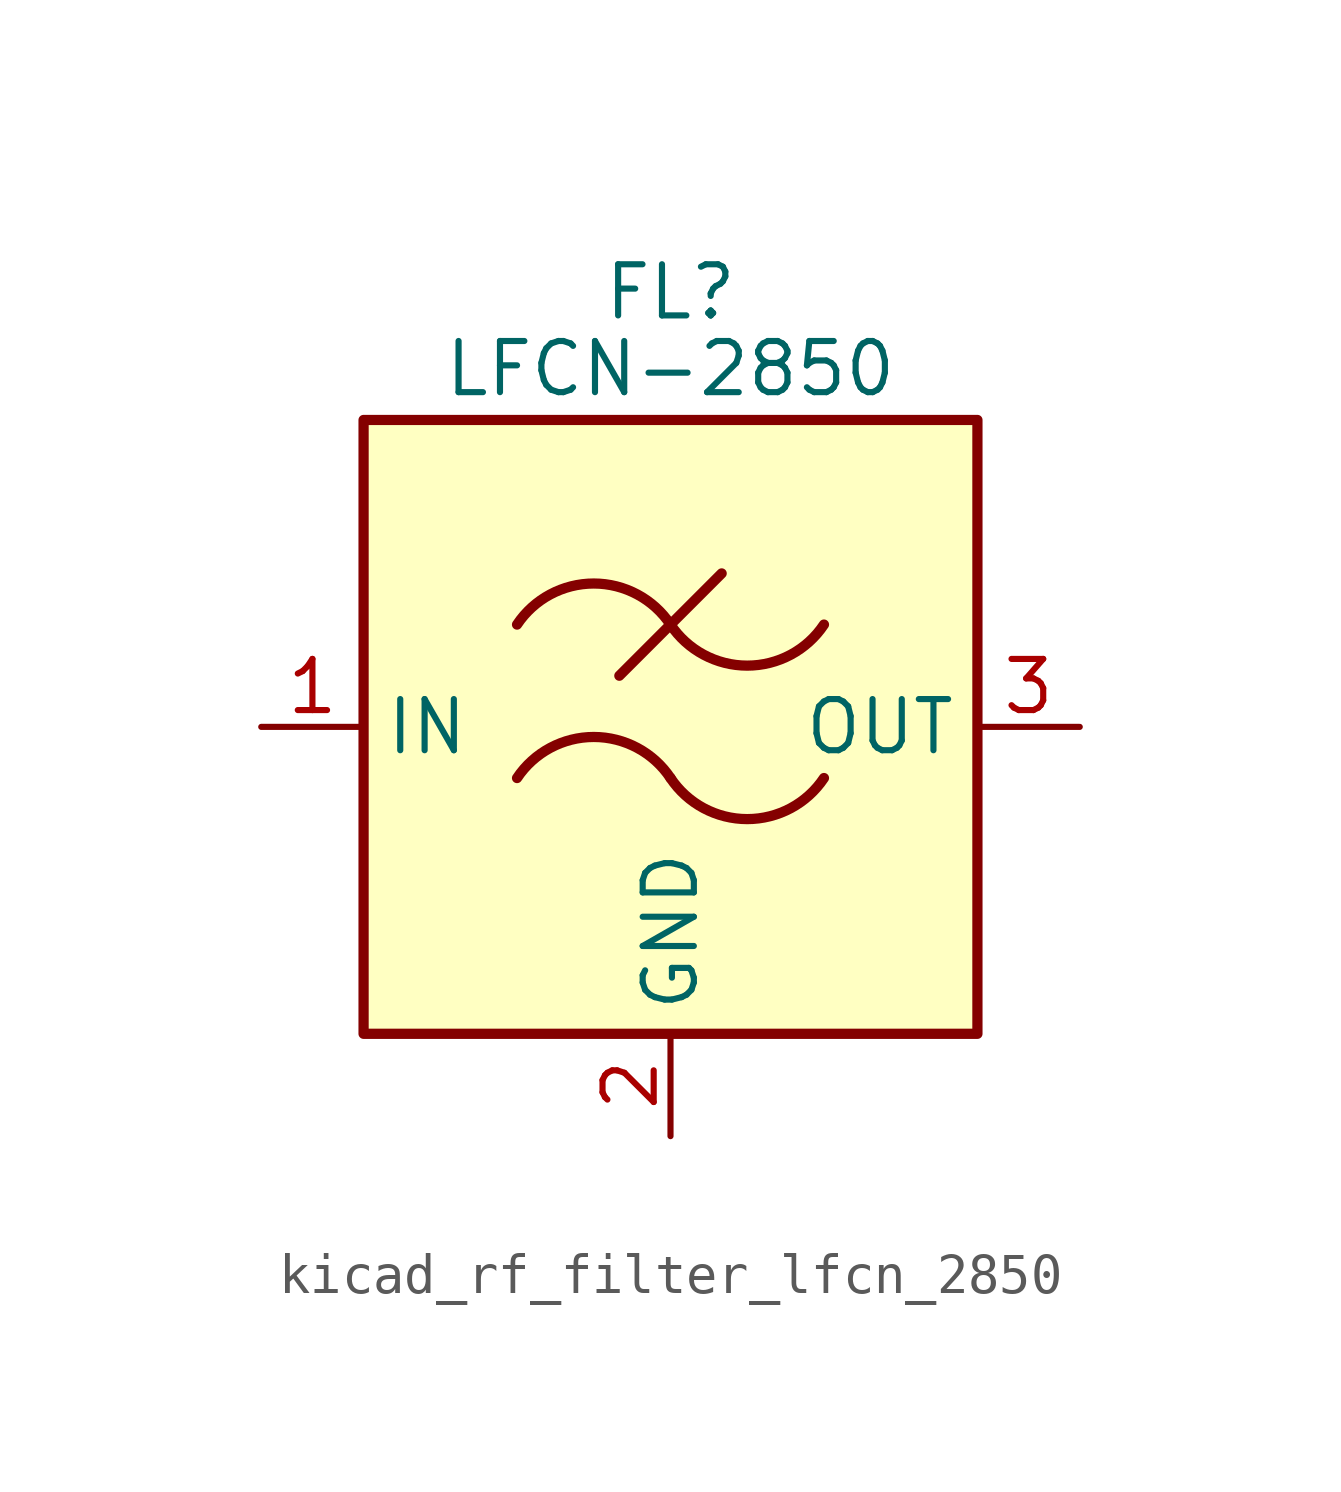
<source format=kicad_sym>
(kicad_symbol_lib
  (version 20220914)
  (generator kicad_symbol_editor)
  (symbol "kicad_rf_filter_lfcn_2850"
    (property "Reference" "FL"
      (at 0 10.795 0)
      (effects (font (size 1.27 1.27))))
    (property "Value" "LFCN-2850"
      (at 0 8.89 0)
      (effects (font (size 1.27 1.27))))
    (symbol "kicad_rf_filter_lfcn_2850_0_1"
      (rectangle (start -7.62 7.62) (end 7.62 -7.62) (stroke (width 0.254) (type default)) (fill (type background)))
      (arc (start 0 -1.27) (mid -1.905 -0.2505) (end -3.81 -1.27) (stroke (width 0.254) (type default)) (fill (type none)))
      (arc (start 0 -1.27) (mid 1.905 -2.2895) (end 3.81 -1.27) (stroke (width 0.254) (type default)) (fill (type none)))
      (polyline (pts (xy -1.27 1.27) (xy 1.27 3.81)) (stroke (width 0.254) (type default)) (fill (type none)))
      (arc (start 0 2.54) (mid -1.905 3.5595) (end -3.81 2.54) (stroke (width 0.254) (type default)) (fill (type none)))
      (arc (start 0 2.54) (mid 1.905 1.5205) (end 3.81 2.54) (stroke (width 0.254) (type default)) (fill (type none))))
    (symbol "kicad_rf_filter_lfcn_2850_1_1"
      (pin passive line (at -10.16 0 0) (length 2.54) (name "IN" (effects (font (size 1.27 1.27)))) (number "1" (effects (font (size 1.27 1.27)))))
      (pin passive line (at 0 -10.16 90) (length 2.54) (name "GND" (effects (font (size 1.27 1.27)))) (number "2" (effects (font (size 1.27 1.27)))))
      (pin passive line (at 10.16 0 180) (length 2.54) (name "OUT" (effects (font (size 1.27 1.27)))) (number "3" (effects (font (size 1.27 1.27)))))
      (pin passive line (at 0 -10.16 90) (length 2.54) hide (name "GND" (effects (font (size 1.27 1.27)))) (number "4" (effects (font (size 1.27 1.27))))))))
</source>
